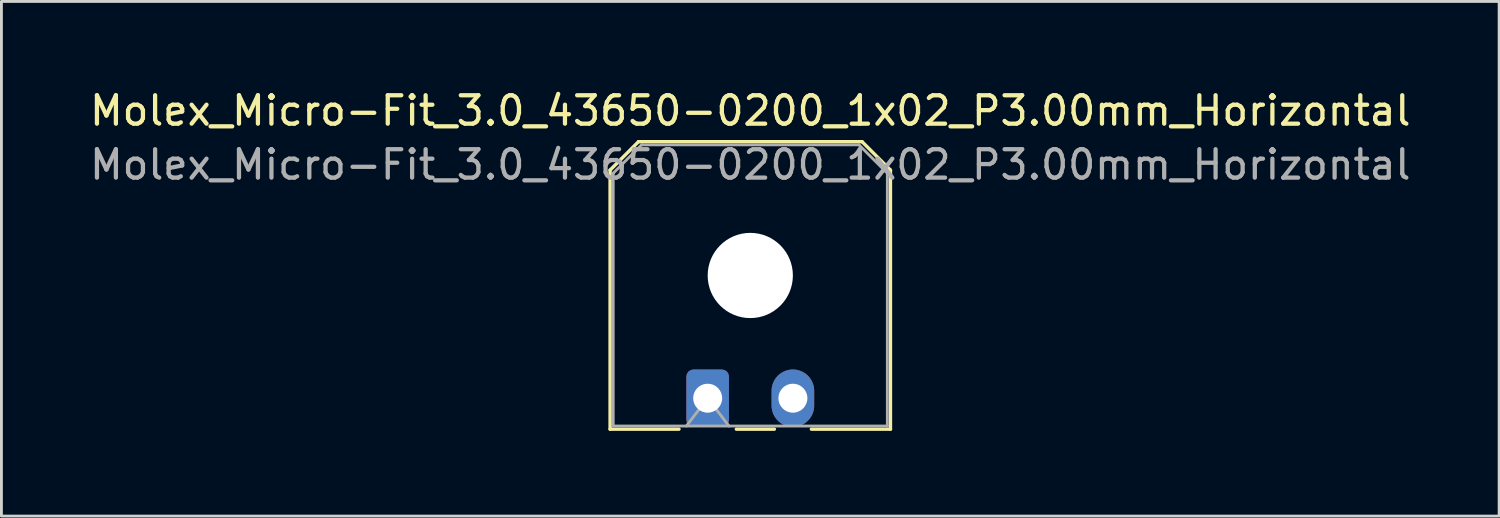
<source format=kicad_pcb>
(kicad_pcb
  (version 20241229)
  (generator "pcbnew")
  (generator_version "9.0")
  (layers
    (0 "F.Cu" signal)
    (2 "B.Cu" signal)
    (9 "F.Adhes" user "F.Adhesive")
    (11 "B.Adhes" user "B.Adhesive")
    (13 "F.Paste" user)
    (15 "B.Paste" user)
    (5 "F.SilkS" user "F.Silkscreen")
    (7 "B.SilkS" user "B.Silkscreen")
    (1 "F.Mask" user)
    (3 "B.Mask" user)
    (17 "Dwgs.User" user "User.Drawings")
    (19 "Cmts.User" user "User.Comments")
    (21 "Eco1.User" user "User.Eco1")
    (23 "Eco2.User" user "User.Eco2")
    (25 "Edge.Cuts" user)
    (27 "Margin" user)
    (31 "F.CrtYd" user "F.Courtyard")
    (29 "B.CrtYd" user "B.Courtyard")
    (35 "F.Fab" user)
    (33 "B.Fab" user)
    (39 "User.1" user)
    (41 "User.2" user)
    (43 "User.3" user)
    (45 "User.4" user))
  (footprint "Molex_Micro-Fit_3.0_43650-0200_1x02_P3.00mm_Horizontal"
    (layer "F.Cu")
    (at 21.863 10.968)
    (property "Reference" "Molex_Micro-Fit_3.0_43650-0200_1x02_P3.00mm_Horizontal" (at 1.5 -10.12 0) (layer "F.SilkS") (effects (font (size 1 1) (thickness 0.15))))
    (attr through_hole)
    (fp_line (start -3.435 -8.03) (end -2.435 -9.03) (stroke (width 0.12) (type solid)) (layer "F.SilkS"))
    (fp_line (start -3.435 1.09) (end -3.435 -8.03) (stroke (width 0.12) (type solid)) (layer "F.SilkS"))
    (fp_line (start -3.435 1.09) (end -1.01 1.09) (stroke (width 0.12) (type solid)) (layer "F.SilkS"))
    (fp_line (start -2.435 -9.03) (end 5.435 -9.03) (stroke (width 0.12) (type solid)) (layer "F.SilkS"))
    (fp_line (start 1.01 1.09) (end 2.348 1.09) (stroke (width 0.12) (type solid)) (layer "F.SilkS"))
    (fp_line (start 5.435 -9.03) (end 6.435 -8.03) (stroke (width 0.12) (type solid)) (layer "F.SilkS"))
    (fp_line (start 6.435 -8.03) (end 6.435 1.09) (stroke (width 0.12) (type solid)) (layer "F.SilkS"))
    (fp_line (start 6.435 1.09) (end 3.652 1.09) (stroke (width 0.12) (type solid)) (layer "F.SilkS"))
    (fp_rect (start 0 0) (end 0 0) (stroke (width 0.05) (type solid)) (fill no) (layer "F.CrtYd"))
    (fp_line (start -3.325 -7.92) (end -2.325 -8.92) (stroke (width 0.1) (type solid)) (layer "F.Fab"))
    (fp_line (start -3.325 0.98) (end -3.325 -7.92) (stroke (width 0.1) (type solid)) (layer "F.Fab"))
    (fp_line (start -2.325 -8.92) (end 5.325 -8.92) (stroke (width 0.1) (type solid)) (layer "F.Fab"))
    (fp_line (start -0.75 0.98) (end 0 0) (stroke (width 0.1) (type solid)) (layer "F.Fab"))
    (fp_line (start 0 0) (end 0.75 0.98) (stroke (width 0.1) (type solid)) (layer "F.Fab"))
    (fp_line (start 5.325 -8.92) (end 6.325 -7.92) (stroke (width 0.1) (type solid)) (layer "F.Fab"))
    (fp_line (start 6.325 -7.92) (end 6.325 0.98) (stroke (width 0.1) (type solid)) (layer "F.Fab"))
    (fp_line (start 6.325 0.98) (end -3.325 0.98) (stroke (width 0.1) (type solid)) (layer "F.Fab"))
    (fp_text user "${REFERENCE}" (at 1.5 -8.22 0) (layer "F.Fab") (effects (font (size 1 1) (thickness 0.15))))
    (pad "" np_thru_hole circle (at 1.5 -4.32) (size 3 3) (drill 3) (layers "*.Cu" "*.Mask"))
    (pad "1" thru_hole roundrect (at 0 0) (size 1.5 2.02) (drill 1.02) (layers "*.Cu" "*.Mask") (roundrect_rratio 0.167))
    (pad "2" thru_hole oval (at 3 0) (size 1.5 2.02) (drill 1.02) (layers "*.Cu" "*.Mask")))
  (gr_rect
    (start -3 -3)
    (end 49.726 15.118)
    (stroke (width 0.1) (type default))
    (fill no)
    (layer "Edge.Cuts")))
</source>
